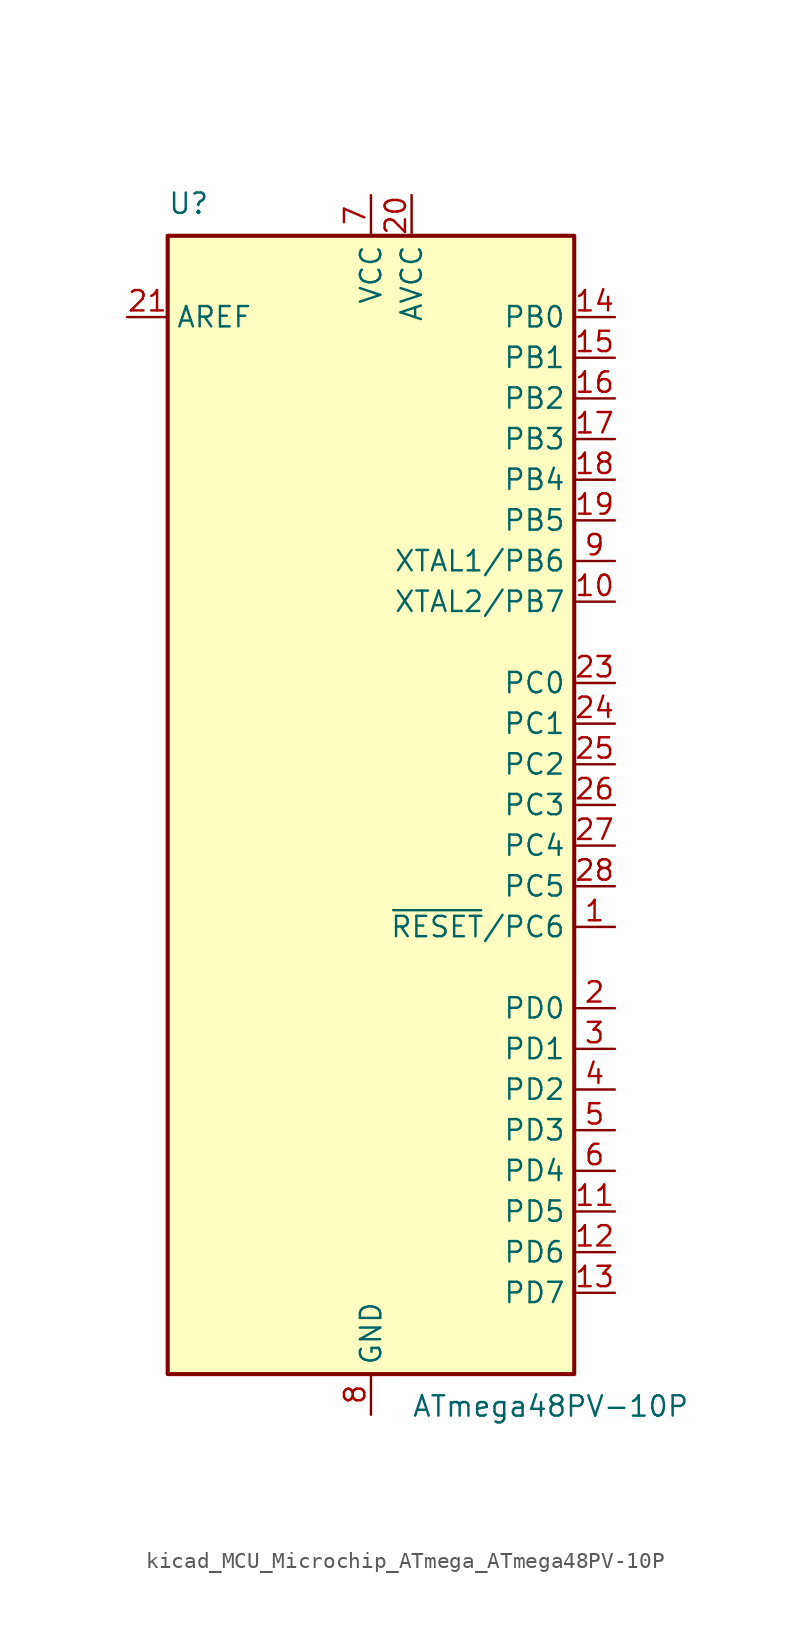
<source format=kicad_sym>
(kicad_symbol_lib
  (version 20220914)
  (generator kicad_symbol_editor)
  (symbol "kicad_MCU_Microchip_ATmega_ATmega48PV-10P"
    (property "Reference" "U"
      (at -12.7 36.83 0)
      (effects (font (size 1.27 1.27)) (justify left bottom)))
    (property "Value" "ATmega48PV-10P"
      (at 2.54 -36.83 0)
      (effects (font (size 1.27 1.27)) (justify left top)))
    (symbol "kicad_MCU_Microchip_ATmega_ATmega48PV-10P_0_1"
      (rectangle (start -12.7 -35.56) (end 12.7 35.56) (stroke (width 0.254) (type default)) (fill (type background))))
    (symbol "kicad_MCU_Microchip_ATmega_ATmega48PV-10P_1_1"
      (pin bidirectional line (at 15.24 -7.62 180) (length 2.54) (name "~{RESET}/PC6" (effects (font (size 1.27 1.27)))) (number "1" (effects (font (size 1.27 1.27)))))
      (pin bidirectional line (at 15.24 12.7 180) (length 2.54) (name "XTAL2/PB7" (effects (font (size 1.27 1.27)))) (number "10" (effects (font (size 1.27 1.27)))))
      (pin bidirectional line (at 15.24 -25.4 180) (length 2.54) (name "PD5" (effects (font (size 1.27 1.27)))) (number "11" (effects (font (size 1.27 1.27)))))
      (pin bidirectional line (at 15.24 -27.94 180) (length 2.54) (name "PD6" (effects (font (size 1.27 1.27)))) (number "12" (effects (font (size 1.27 1.27)))))
      (pin bidirectional line (at 15.24 -30.48 180) (length 2.54) (name "PD7" (effects (font (size 1.27 1.27)))) (number "13" (effects (font (size 1.27 1.27)))))
      (pin bidirectional line (at 15.24 30.48 180) (length 2.54) (name "PB0" (effects (font (size 1.27 1.27)))) (number "14" (effects (font (size 1.27 1.27)))))
      (pin bidirectional line (at 15.24 27.94 180) (length 2.54) (name "PB1" (effects (font (size 1.27 1.27)))) (number "15" (effects (font (size 1.27 1.27)))))
      (pin bidirectional line (at 15.24 25.4 180) (length 2.54) (name "PB2" (effects (font (size 1.27 1.27)))) (number "16" (effects (font (size 1.27 1.27)))))
      (pin bidirectional line (at 15.24 22.86 180) (length 2.54) (name "PB3" (effects (font (size 1.27 1.27)))) (number "17" (effects (font (size 1.27 1.27)))))
      (pin bidirectional line (at 15.24 20.32 180) (length 2.54) (name "PB4" (effects (font (size 1.27 1.27)))) (number "18" (effects (font (size 1.27 1.27)))))
      (pin bidirectional line (at 15.24 17.78 180) (length 2.54) (name "PB5" (effects (font (size 1.27 1.27)))) (number "19" (effects (font (size 1.27 1.27)))))
      (pin bidirectional line (at 15.24 -12.7 180) (length 2.54) (name "PD0" (effects (font (size 1.27 1.27)))) (number "2" (effects (font (size 1.27 1.27)))))
      (pin power_in line (at 2.54 38.1 270) (length 2.54) (name "AVCC" (effects (font (size 1.27 1.27)))) (number "20" (effects (font (size 1.27 1.27)))))
      (pin passive line (at -15.24 30.48 0) (length 2.54) (name "AREF" (effects (font (size 1.27 1.27)))) (number "21" (effects (font (size 1.27 1.27)))))
      (pin passive line (at 0 -38.1 90) (length 2.54) hide (name "GND" (effects (font (size 1.27 1.27)))) (number "22" (effects (font (size 1.27 1.27)))))
      (pin bidirectional line (at 15.24 7.62 180) (length 2.54) (name "PC0" (effects (font (size 1.27 1.27)))) (number "23" (effects (font (size 1.27 1.27)))))
      (pin bidirectional line (at 15.24 5.08 180) (length 2.54) (name "PC1" (effects (font (size 1.27 1.27)))) (number "24" (effects (font (size 1.27 1.27)))))
      (pin bidirectional line (at 15.24 2.54 180) (length 2.54) (name "PC2" (effects (font (size 1.27 1.27)))) (number "25" (effects (font (size 1.27 1.27)))))
      (pin bidirectional line (at 15.24 0 180) (length 2.54) (name "PC3" (effects (font (size 1.27 1.27)))) (number "26" (effects (font (size 1.27 1.27)))))
      (pin bidirectional line (at 15.24 -2.54 180) (length 2.54) (name "PC4" (effects (font (size 1.27 1.27)))) (number "27" (effects (font (size 1.27 1.27)))))
      (pin bidirectional line (at 15.24 -5.08 180) (length 2.54) (name "PC5" (effects (font (size 1.27 1.27)))) (number "28" (effects (font (size 1.27 1.27)))))
      (pin bidirectional line (at 15.24 -15.24 180) (length 2.54) (name "PD1" (effects (font (size 1.27 1.27)))) (number "3" (effects (font (size 1.27 1.27)))))
      (pin bidirectional line (at 15.24 -17.78 180) (length 2.54) (name "PD2" (effects (font (size 1.27 1.27)))) (number "4" (effects (font (size 1.27 1.27)))))
      (pin bidirectional line (at 15.24 -20.32 180) (length 2.54) (name "PD3" (effects (font (size 1.27 1.27)))) (number "5" (effects (font (size 1.27 1.27)))))
      (pin bidirectional line (at 15.24 -22.86 180) (length 2.54) (name "PD4" (effects (font (size 1.27 1.27)))) (number "6" (effects (font (size 1.27 1.27)))))
      (pin power_in line (at 0 38.1 270) (length 2.54) (name "VCC" (effects (font (size 1.27 1.27)))) (number "7" (effects (font (size 1.27 1.27)))))
      (pin power_in line (at 0 -38.1 90) (length 2.54) (name "GND" (effects (font (size 1.27 1.27)))) (number "8" (effects (font (size 1.27 1.27)))))
      (pin bidirectional line (at 15.24 15.24 180) (length 2.54) (name "XTAL1/PB6" (effects (font (size 1.27 1.27)))) (number "9" (effects (font (size 1.27 1.27))))))))
</source>
